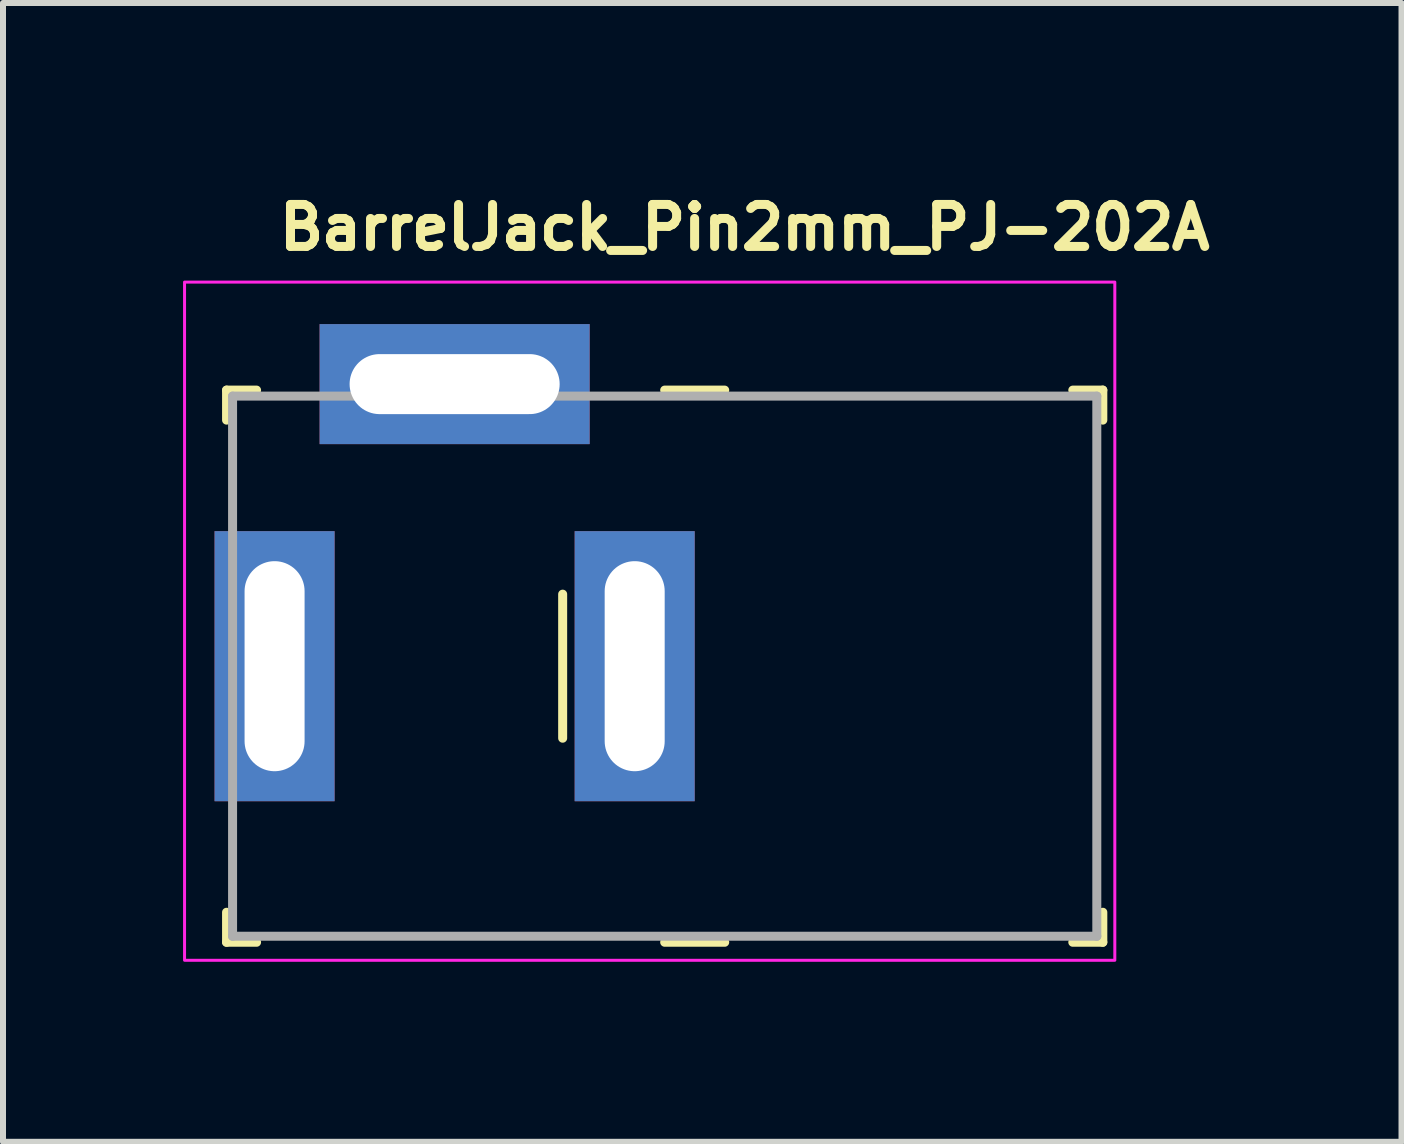
<source format=kicad_pcb>
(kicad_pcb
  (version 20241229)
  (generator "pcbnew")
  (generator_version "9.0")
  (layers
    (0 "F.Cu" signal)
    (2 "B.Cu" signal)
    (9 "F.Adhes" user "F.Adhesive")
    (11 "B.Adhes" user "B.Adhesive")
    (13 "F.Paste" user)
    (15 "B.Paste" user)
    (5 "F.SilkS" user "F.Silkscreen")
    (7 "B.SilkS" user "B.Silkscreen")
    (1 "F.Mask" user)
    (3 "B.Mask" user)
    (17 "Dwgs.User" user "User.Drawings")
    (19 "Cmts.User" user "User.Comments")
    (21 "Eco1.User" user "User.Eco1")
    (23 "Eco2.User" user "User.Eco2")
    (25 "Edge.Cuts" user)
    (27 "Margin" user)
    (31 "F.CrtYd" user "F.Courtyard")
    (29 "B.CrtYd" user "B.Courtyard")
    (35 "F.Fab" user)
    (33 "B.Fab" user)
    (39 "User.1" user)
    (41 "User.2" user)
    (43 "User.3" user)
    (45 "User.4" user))
  (footprint "BarrelJack_Pin2mm_PJ-202A"
    (layer "F.Cu")
    (at 1.525 8.05)
    (property "Reference" "BarrelJack_Pin2mm_PJ-202A" (at 0 -6.9 0) (layer "F.SilkS") (effects (font (size 0.7 0.7) (thickness 0.15)) (justify left bottom)))
    (attr through_hole)
    (fp_line (start -0.8 -4.6) (end -0.8 -4.1) (stroke (width 0.15) (type solid)) (layer "F.SilkS"))
    (fp_line (start -0.8 -4.6) (end -0.3 -4.6) (stroke (width 0.15) (type solid)) (layer "F.SilkS"))
    (fp_line (start -0.8 4.6) (end -0.8 4.1) (stroke (width 0.15) (type solid)) (layer "F.SilkS"))
    (fp_line (start -0.8 4.6) (end -0.3 4.6) (stroke (width 0.15) (type solid)) (layer "F.SilkS"))
    (fp_line (start 4.8 -1.2) (end 4.8 1.2) (stroke (width 0.15) (type solid)) (layer "F.SilkS"))
    (fp_line (start 6.5 -4.6) (end 7.5 -4.6) (stroke (width 0.15) (type solid)) (layer "F.SilkS"))
    (fp_line (start 6.5 4.6) (end 7.5 4.6) (stroke (width 0.15) (type solid)) (layer "F.SilkS"))
    (fp_line (start 13.8 -4.6) (end 13.3 -4.6) (stroke (width 0.15) (type solid)) (layer "F.SilkS"))
    (fp_line (start 13.8 -4.6) (end 13.8 -4.1) (stroke (width 0.15) (type solid)) (layer "F.SilkS"))
    (fp_line (start 13.8 4.6) (end 13.3 4.6) (stroke (width 0.15) (type solid)) (layer "F.SilkS"))
    (fp_line (start 13.8 4.6) (end 13.8 4.1) (stroke (width 0.15) (type solid)) (layer "F.SilkS"))
    (fp_rect (start -1.5 -6.4) (end 14 4.9) (stroke (width 0.05) (type solid)) (fill no) (layer "F.CrtYd"))
    (fp_line (start -0.7 -4.5) (end -0.7 4.5) (stroke (width 0.15) (type solid)) (layer "F.Fab"))
    (fp_line (start -0.7 -4.5) (end 13.7 -4.5) (stroke (width 0.15) (type solid)) (layer "F.Fab"))
    (fp_line (start -0.7 4.5) (end 13.7 4.5) (stroke (width 0.15) (type solid)) (layer "F.Fab"))
    (fp_line (start 13.7 -4.5) (end 13.7 4.5) (stroke (width 0.15) (type solid)) (layer "F.Fab"))
    (fp_rect (start -0.8 -4.9) (end 13.6 4.5) (stroke (width 0.1) (type solid)) (fill no) (layer "User.5"))
    (fp_line (start -0.8 -1.5) (end -0.8 -4.5) (stroke (width 0.02) (type solid)) (layer "User.9"))
    (fp_line (start -0.8 4.5) (end -0.8 1.5) (stroke (width 0.02) (type solid)) (layer "User.9"))
    (fp_line (start -0.3 -1.5) (end -0.8 -1.5) (stroke (width 0.02) (type solid)) (layer "User.9"))
    (fp_line (start -0.3 -1.5) (end -0.183 -1.5) (stroke (width 0.02) (type solid)) (layer "User.9"))
    (fp_line (start -0.3 1.5) (end -0.8 1.5) (stroke (width 0.02) (type solid)) (layer "User.9"))
    (fp_line (start -0.3 1.5) (end -0.3 -1.5) (stroke (width 0.02) (type solid)) (layer "User.9"))
    (fp_line (start -0.183 -1.5) (end -0.183 -1.5) (stroke (width 0.02) (type solid)) (layer "User.9"))
    (fp_line (start -0.183 -1.5) (end 0.1 -1.5) (stroke (width 0.02) (type solid)) (layer "User.9"))
    (fp_line (start -0.183 1.5) (end -0.3 1.5) (stroke (width 0.02) (type solid)) (layer "User.9"))
    (fp_line (start -0.183 1.5) (end -0.183 1.5) (stroke (width 0.02) (type solid)) (layer "User.9"))
    (fp_line (start 0.1 -4.5) (end -0.8 -4.5) (stroke (width 0.02) (type solid)) (layer "User.9"))
    (fp_line (start 0.1 -4.5) (end 0.1 -4.1) (stroke (width 0.02) (type solid)) (layer "User.9"))
    (fp_line (start 0.1 -4.5) (end 10.1 -4.5) (stroke (width 0.02) (type solid)) (layer "User.9"))
    (fp_line (start 0.1 -4.1) (end 0.1 -3.997) (stroke (width 0.02) (type solid)) (layer "User.9"))
    (fp_line (start 0.1 -4.1) (end 10.1 -4.1) (stroke (width 0.02) (type solid)) (layer "User.9"))
    (fp_line (start 0.1 -3.997) (end 0.1 -3.997) (stroke (width 0.02) (type solid)) (layer "User.9"))
    (fp_line (start 0.1 -3.997) (end 0.1 -3.694) (stroke (width 0.02) (type solid)) (layer "User.9"))
    (fp_line (start 0.1 -3.694) (end 0.1 -3.694) (stroke (width 0.02) (type solid)) (layer "User.9"))
    (fp_line (start 0.1 -3.694) (end 0.1 -3.206) (stroke (width 0.02) (type solid)) (layer "User.9"))
    (fp_line (start 0.1 -3.206) (end 0.1 -3.206) (stroke (width 0.02) (type solid)) (layer "User.9"))
    (fp_line (start 0.1 -3.206) (end 0.1 -2.556) (stroke (width 0.02) (type solid)) (layer "User.9"))
    (fp_line (start 0.1 -2.556) (end 0.1 -2.556) (stroke (width 0.02) (type solid)) (layer "User.9"))
    (fp_line (start 0.1 -2.556) (end 0.1 -1.779) (stroke (width 0.02) (type solid)) (layer "User.9"))
    (fp_line (start 0.1 -1.779) (end 0.1 -1.779) (stroke (width 0.02) (type solid)) (layer "User.9"))
    (fp_line (start 0.1 -1.779) (end 0.1 -0.912) (stroke (width 0.02) (type solid)) (layer "User.9"))
    (fp_line (start 0.1 -0.912) (end 0.1 -0.912) (stroke (width 0.02) (type solid)) (layer "User.9"))
    (fp_line (start 0.1 -0.912) (end 0.1 0) (stroke (width 0.02) (type solid)) (layer "User.9"))
    (fp_line (start 0.1 0) (end 0.1 0) (stroke (width 0.02) (type solid)) (layer "User.9"))
    (fp_line (start 0.1 0) (end 0.1 0.912) (stroke (width 0.02) (type solid)) (layer "User.9"))
    (fp_line (start 0.1 0.912) (end 0.1 0.912) (stroke (width 0.02) (type solid)) (layer "User.9"))
    (fp_line (start 0.1 0.912) (end 0.1 1.779) (stroke (width 0.02) (type solid)) (layer "User.9"))
    (fp_line (start 0.1 1.5) (end -0.183 1.5) (stroke (width 0.02) (type solid)) (layer "User.9"))
    (fp_line (start 0.1 1.779) (end 0.1 1.779) (stroke (width 0.02) (type solid)) (layer "User.9"))
    (fp_line (start 0.1 1.779) (end 0.1 2.556) (stroke (width 0.02) (type solid)) (layer "User.9"))
    (fp_line (start 0.1 2.556) (end 0.1 2.556) (stroke (width 0.02) (type solid)) (layer "User.9"))
    (fp_line (start 0.1 2.556) (end 0.1 3.206) (stroke (width 0.02) (type solid)) (layer "User.9"))
    (fp_line (start 0.1 3.206) (end 0.1 3.206) (stroke (width 0.02) (type solid)) (layer "User.9"))
    (fp_line (start 0.1 3.206) (end 0.1 3.694) (stroke (width 0.02) (type solid)) (layer "User.9"))
    (fp_line (start 0.1 3.694) (end 0.1 3.694) (stroke (width 0.02) (type solid)) (layer "User.9"))
    (fp_line (start 0.1 3.694) (end 0.1 3.997) (stroke (width 0.02) (type solid)) (layer "User.9"))
    (fp_line (start 0.1 3.997) (end 0.1 3.997) (stroke (width 0.02) (type solid)) (layer "User.9"))
    (fp_line (start 0.1 3.997) (end 0.1 4.1) (stroke (width 0.02) (type solid)) (layer "User.9"))
    (fp_line (start 0.1 4.1) (end 0.1 4.5) (stroke (width 0.02) (type solid)) (layer "User.9"))
    (fp_line (start 0.1 4.1) (end 10.1 4.1) (stroke (width 0.02) (type solid)) (layer "User.9"))
    (fp_line (start 0.1 4.5) (end -0.8 4.5) (stroke (width 0.02) (type solid)) (layer "User.9"))
    (fp_line (start 0.1 4.5) (end 10.1 4.5) (stroke (width 0.02) (type solid)) (layer "User.9"))
    (fp_line (start 1.65 -4.9) (end 4.15 -4.9) (stroke (width 0.02) (type solid)) (layer "User.9"))
    (fp_line (start 1.65 -4.783) (end 1.65 -4.9) (stroke (width 0.02) (type solid)) (layer "User.9"))
    (fp_line (start 1.65 -4.783) (end 1.65 -4.783) (stroke (width 0.02) (type solid)) (layer "User.9"))
    (fp_line (start 1.65 -4.5) (end 1.65 -4.783) (stroke (width 0.02) (type solid)) (layer "User.9"))
    (fp_line (start 4.15 -4.9) (end 4.15 -4.783) (stroke (width 0.02) (type solid)) (layer "User.9"))
    (fp_line (start 4.15 -4.783) (end 4.15 -4.783) (stroke (width 0.02) (type solid)) (layer "User.9"))
    (fp_line (start 4.15 -4.783) (end 4.15 -4.5) (stroke (width 0.02) (type solid)) (layer "User.9"))
    (fp_line (start 10.1 -4.5) (end 10.1 4.5) (stroke (width 0.02) (type solid)) (layer "User.9"))
    (fp_line (start 10.1 -4.5) (end 11.1 -4.5) (stroke (width 0.02) (type solid)) (layer "User.9"))
    (fp_line (start 10.1 4.5) (end 11.1 4.5) (stroke (width 0.02) (type solid)) (layer "User.9"))
    (fp_line (start 11.1 -4.5) (end 11.1 4.5) (stroke (width 0.02) (type solid)) (layer "User.9"))
    (fp_line (start 11.1 3) (end 12.6 3) (stroke (width 0.02) (type solid)) (layer "User.9"))
    (fp_line (start 11.1 4.5) (end 12.6 4.5) (stroke (width 0.02) (type solid)) (layer "User.9"))
    (fp_line (start 12.6 -4.5) (end 11.1 -4.5) (stroke (width 0.02) (type solid)) (layer "User.9"))
    (fp_line (start 12.6 -4.5) (end 13.6 -4.5) (stroke (width 0.02) (type solid)) (layer "User.9"))
    (fp_line (start 12.6 -3) (end 11.1 -3) (stroke (width 0.02) (type solid)) (layer "User.9"))
    (fp_line (start 12.6 4.5) (end 12.6 -4.5) (stroke (width 0.02) (type solid)) (layer "User.9"))
    (fp_line (start 12.6 4.5) (end 13.6 4.5) (stroke (width 0.02) (type solid)) (layer "User.9"))
    (fp_line (start 13.6 -4.5) (end 13.6 4.5) (stroke (width 0.02) (type solid)) (layer "User.9"))
    (pad "1" thru_hole rect (at 0 0 270) (size 4.5 2) (drill oval 3.5 1) (layers "*.Cu" "*.Mask"))
    (pad "2" thru_hole rect (at 6 0 270) (size 4.5 2) (drill oval 3.5 1) (layers "*.Cu" "*.Mask"))
    (pad "3" thru_hole rect (at 3 -4.7 270) (size 2 4.5) (drill oval 1 3.5) (layers "*.Cu" "*.Mask")))
  (gr_rect
    (start -3 -3)
    (end 20.302 15.975)
    (stroke (width 0.1) (type default))
    (fill no)
    (layer "Edge.Cuts")))
</source>
